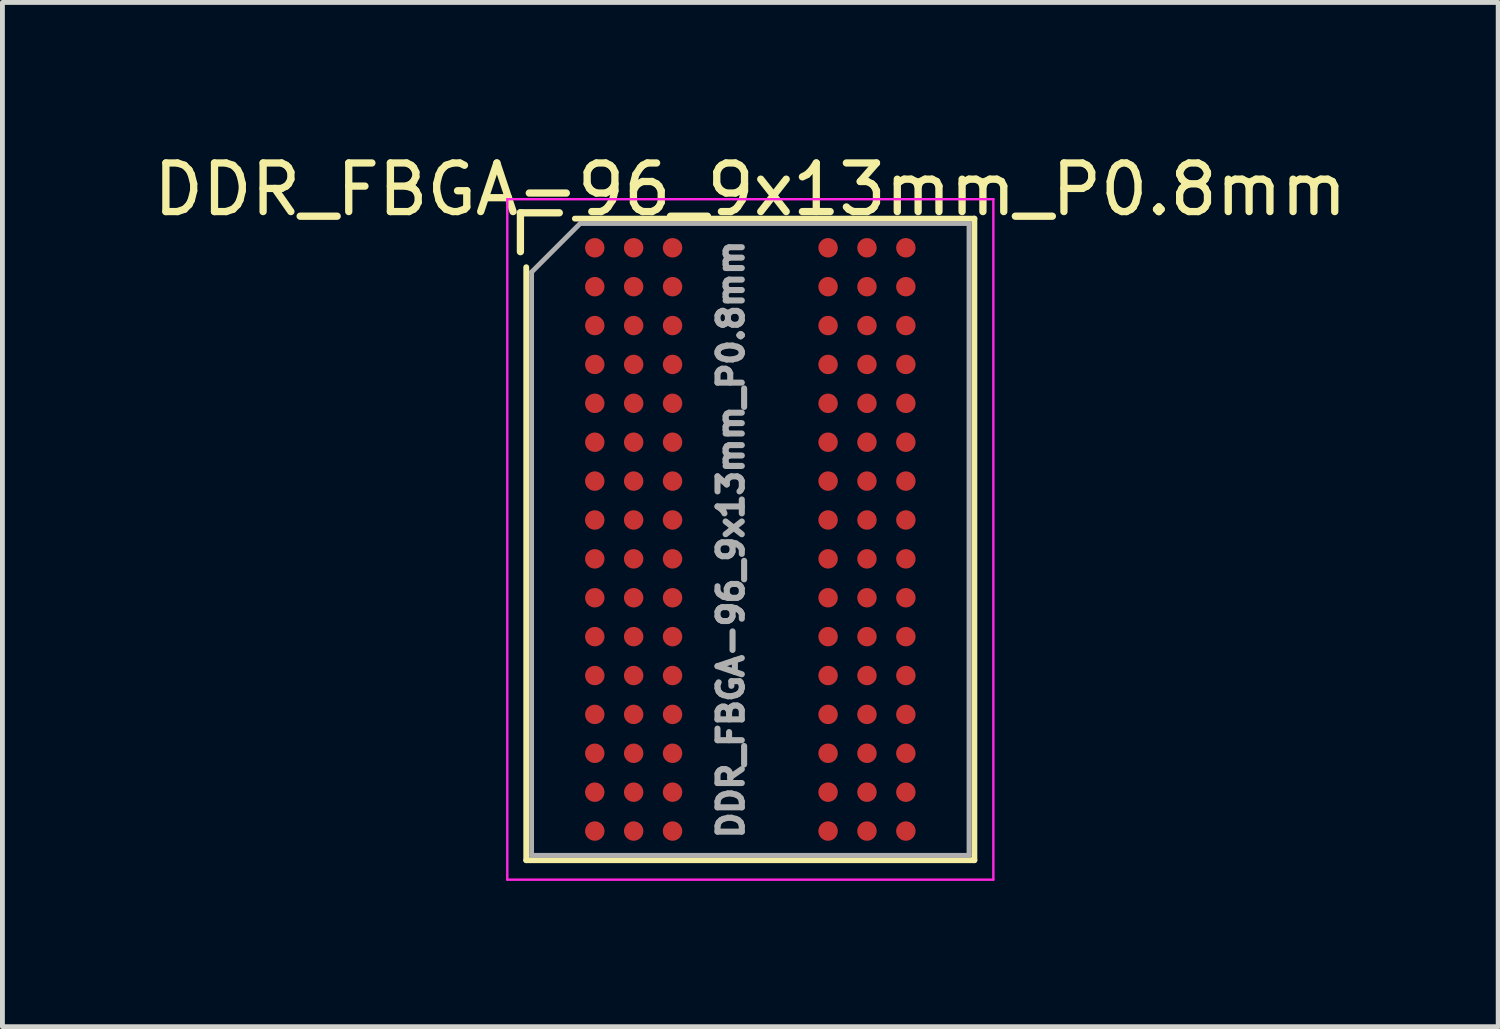
<source format=kicad_pcb>
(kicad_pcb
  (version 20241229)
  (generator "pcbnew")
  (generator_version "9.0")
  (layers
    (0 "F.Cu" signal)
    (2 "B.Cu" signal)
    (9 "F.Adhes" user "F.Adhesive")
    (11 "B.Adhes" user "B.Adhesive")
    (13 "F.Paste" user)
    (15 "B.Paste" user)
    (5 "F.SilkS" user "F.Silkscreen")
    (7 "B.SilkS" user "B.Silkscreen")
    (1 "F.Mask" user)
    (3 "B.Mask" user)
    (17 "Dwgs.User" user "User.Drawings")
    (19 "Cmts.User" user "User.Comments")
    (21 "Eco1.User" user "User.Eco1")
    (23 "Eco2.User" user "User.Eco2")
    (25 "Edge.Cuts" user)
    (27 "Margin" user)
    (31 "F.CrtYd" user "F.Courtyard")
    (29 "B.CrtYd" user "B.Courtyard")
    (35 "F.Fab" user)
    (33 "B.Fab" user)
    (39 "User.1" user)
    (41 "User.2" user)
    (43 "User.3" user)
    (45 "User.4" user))
  (footprint "DDR_FBGA-96_9x13mm_P0.8mm"
    (layer "F.Cu")
    (at 12.387 8.048)
    (property "Reference" "DDR_FBGA-96_9x13mm_P0.8mm" (at 0 -7.2 0) (layer "F.SilkS") (effects (font (size 1 1) (thickness 0.15))))
    (attr smd)
    (fp_line (start -4.73 -6.72) (end -4.73 -5.92) (stroke (width 0.15) (type solid)) (layer "F.SilkS"))
    (fp_line (start -4.61 6.6) (end -4.61 -5.6) (stroke (width 0.12) (type solid)) (layer "F.SilkS"))
    (fp_line (start -3.93 -6.72) (end -4.73 -6.72) (stroke (width 0.15) (type solid)) (layer "F.SilkS"))
    (fp_line (start -3.61 -6.6) (end 4.61 -6.6) (stroke (width 0.12) (type solid)) (layer "F.SilkS"))
    (fp_line (start 4.61 -6.6) (end 4.61 6.6) (stroke (width 0.12) (type solid)) (layer "F.SilkS"))
    (fp_line (start 4.61 6.6) (end -4.61 6.6) (stroke (width 0.12) (type solid)) (layer "F.SilkS"))
    (fp_line (start -5 -7) (end -5 7) (stroke (width 0.05) (type solid)) (layer "F.CrtYd"))
    (fp_line (start -5 7) (end 5 7) (stroke (width 0.05) (type solid)) (layer "F.CrtYd"))
    (fp_line (start 5 -7) (end -5 -7) (stroke (width 0.05) (type solid)) (layer "F.CrtYd"))
    (fp_line (start 5 7) (end 5 -7) (stroke (width 0.05) (type solid)) (layer "F.CrtYd"))
    (fp_line (start -4.5 -5.5) (end -3.5 -6.5) (stroke (width 0.1) (type solid)) (layer "F.Fab"))
    (fp_line (start -4.5 6.5) (end -4.5 -5.5) (stroke (width 0.1) (type solid)) (layer "F.Fab"))
    (fp_line (start -3.5 -6.5) (end 4.5 -6.5) (stroke (width 0.1) (type solid)) (layer "F.Fab"))
    (fp_line (start 4.5 -6.5) (end 4.5 6.5) (stroke (width 0.1) (type solid)) (layer "F.Fab"))
    (fp_line (start 4.5 6.5) (end -4.5 6.5) (stroke (width 0.1) (type solid)) (layer "F.Fab"))
    (fp_text user "${REFERENCE}" (at -0.4 0 90) (layer "F.Fab") (effects (font (size 0.5 0.5) (thickness 0.125))))
    (pad "A1" smd circle (at -3.2 -6) (size 0.4 0.4) (layers "F.Cu" "F.Mask" "F.Paste"))
    (pad "A2" smd circle (at -2.4 -6) (size 0.4 0.4) (layers "F.Cu" "F.Mask" "F.Paste"))
    (pad "A3" smd circle (at -1.6 -6) (size 0.4 0.4) (layers "F.Cu" "F.Mask" "F.Paste"))
    (pad "A7" smd circle (at 1.6 -6) (size 0.4 0.4) (layers "F.Cu" "F.Mask" "F.Paste"))
    (pad "A8" smd circle (at 2.4 -6) (size 0.4 0.4) (layers "F.Cu" "F.Mask" "F.Paste"))
    (pad "A9" smd circle (at 3.2 -6) (size 0.4 0.4) (layers "F.Cu" "F.Mask" "F.Paste"))
    (pad "B1" smd circle (at -3.2 -5.2) (size 0.4 0.4) (layers "F.Cu" "F.Mask" "F.Paste"))
    (pad "B2" smd circle (at -2.4 -5.2) (size 0.4 0.4) (layers "F.Cu" "F.Mask" "F.Paste"))
    (pad "B3" smd circle (at -1.6 -5.2) (size 0.4 0.4) (layers "F.Cu" "F.Mask" "F.Paste"))
    (pad "B7" smd circle (at 1.6 -5.2) (size 0.4 0.4) (layers "F.Cu" "F.Mask" "F.Paste"))
    (pad "B8" smd circle (at 2.4 -5.2) (size 0.4 0.4) (layers "F.Cu" "F.Mask" "F.Paste"))
    (pad "B9" smd circle (at 3.2 -5.2) (size 0.4 0.4) (layers "F.Cu" "F.Mask" "F.Paste"))
    (pad "C1" smd circle (at -3.2 -4.4) (size 0.4 0.4) (layers "F.Cu" "F.Mask" "F.Paste"))
    (pad "C2" smd circle (at -2.4 -4.4) (size 0.4 0.4) (layers "F.Cu" "F.Mask" "F.Paste"))
    (pad "C3" smd circle (at -1.6 -4.4) (size 0.4 0.4) (layers "F.Cu" "F.Mask" "F.Paste"))
    (pad "C7" smd circle (at 1.6 -4.4) (size 0.4 0.4) (layers "F.Cu" "F.Mask" "F.Paste"))
    (pad "C8" smd circle (at 2.4 -4.4) (size 0.4 0.4) (layers "F.Cu" "F.Mask" "F.Paste"))
    (pad "C9" smd circle (at 3.2 -4.4) (size 0.4 0.4) (layers "F.Cu" "F.Mask" "F.Paste"))
    (pad "D1" smd circle (at -3.2 -3.6) (size 0.4 0.4) (layers "F.Cu" "F.Mask" "F.Paste"))
    (pad "D2" smd circle (at -2.4 -3.6) (size 0.4 0.4) (layers "F.Cu" "F.Mask" "F.Paste"))
    (pad "D3" smd circle (at -1.6 -3.6) (size 0.4 0.4) (layers "F.Cu" "F.Mask" "F.Paste"))
    (pad "D7" smd circle (at 1.6 -3.6) (size 0.4 0.4) (layers "F.Cu" "F.Mask" "F.Paste"))
    (pad "D8" smd circle (at 2.4 -3.6) (size 0.4 0.4) (layers "F.Cu" "F.Mask" "F.Paste"))
    (pad "D9" smd circle (at 3.2 -3.6) (size 0.4 0.4) (layers "F.Cu" "F.Mask" "F.Paste"))
    (pad "E1" smd circle (at -3.2 -2.8) (size 0.4 0.4) (layers "F.Cu" "F.Mask" "F.Paste"))
    (pad "E2" smd circle (at -2.4 -2.8) (size 0.4 0.4) (layers "F.Cu" "F.Mask" "F.Paste"))
    (pad "E3" smd circle (at -1.6 -2.8) (size 0.4 0.4) (layers "F.Cu" "F.Mask" "F.Paste"))
    (pad "E7" smd circle (at 1.6 -2.8) (size 0.4 0.4) (layers "F.Cu" "F.Mask" "F.Paste"))
    (pad "E8" smd circle (at 2.4 -2.8) (size 0.4 0.4) (layers "F.Cu" "F.Mask" "F.Paste"))
    (pad "E9" smd circle (at 3.2 -2.8) (size 0.4 0.4) (layers "F.Cu" "F.Mask" "F.Paste"))
    (pad "F1" smd circle (at -3.2 -2) (size 0.4 0.4) (layers "F.Cu" "F.Mask" "F.Paste"))
    (pad "F2" smd circle (at -2.4 -2) (size 0.4 0.4) (layers "F.Cu" "F.Mask" "F.Paste"))
    (pad "F3" smd circle (at -1.6 -2) (size 0.4 0.4) (layers "F.Cu" "F.Mask" "F.Paste"))
    (pad "F7" smd circle (at 1.6 -2) (size 0.4 0.4) (layers "F.Cu" "F.Mask" "F.Paste"))
    (pad "F8" smd circle (at 2.4 -2) (size 0.4 0.4) (layers "F.Cu" "F.Mask" "F.Paste"))
    (pad "F9" smd circle (at 3.2 -2) (size 0.4 0.4) (layers "F.Cu" "F.Mask" "F.Paste"))
    (pad "G1" smd circle (at -3.2 -1.2) (size 0.4 0.4) (layers "F.Cu" "F.Mask" "F.Paste"))
    (pad "G2" smd circle (at -2.4 -1.2) (size 0.4 0.4) (layers "F.Cu" "F.Mask" "F.Paste"))
    (pad "G3" smd circle (at -1.6 -1.2) (size 0.4 0.4) (layers "F.Cu" "F.Mask" "F.Paste"))
    (pad "G7" smd circle (at 1.6 -1.2) (size 0.4 0.4) (layers "F.Cu" "F.Mask" "F.Paste"))
    (pad "G8" smd circle (at 2.4 -1.2) (size 0.4 0.4) (layers "F.Cu" "F.Mask" "F.Paste"))
    (pad "G9" smd circle (at 3.2 -1.2) (size 0.4 0.4) (layers "F.Cu" "F.Mask" "F.Paste"))
    (pad "H1" smd circle (at -3.2 -0.4) (size 0.4 0.4) (layers "F.Cu" "F.Mask" "F.Paste"))
    (pad "H2" smd circle (at -2.4 -0.4) (size 0.4 0.4) (layers "F.Cu" "F.Mask" "F.Paste"))
    (pad "H3" smd circle (at -1.6 -0.4) (size 0.4 0.4) (layers "F.Cu" "F.Mask" "F.Paste"))
    (pad "H7" smd circle (at 1.6 -0.4) (size 0.4 0.4) (layers "F.Cu" "F.Mask" "F.Paste"))
    (pad "H8" smd circle (at 2.4 -0.4) (size 0.4 0.4) (layers "F.Cu" "F.Mask" "F.Paste"))
    (pad "H9" smd circle (at 3.2 -0.4) (size 0.4 0.4) (layers "F.Cu" "F.Mask" "F.Paste"))
    (pad "J1" smd circle (at -3.2 0.4) (size 0.4 0.4) (layers "F.Cu" "F.Mask" "F.Paste"))
    (pad "J2" smd circle (at -2.4 0.4) (size 0.4 0.4) (layers "F.Cu" "F.Mask" "F.Paste"))
    (pad "J3" smd circle (at -1.6 0.4) (size 0.4 0.4) (layers "F.Cu" "F.Mask" "F.Paste"))
    (pad "J7" smd circle (at 1.6 0.4) (size 0.4 0.4) (layers "F.Cu" "F.Mask" "F.Paste"))
    (pad "J8" smd circle (at 2.4 0.4) (size 0.4 0.4) (layers "F.Cu" "F.Mask" "F.Paste"))
    (pad "J9" smd circle (at 3.2 0.4) (size 0.4 0.4) (layers "F.Cu" "F.Mask" "F.Paste"))
    (pad "K1" smd circle (at -3.2 1.2) (size 0.4 0.4) (layers "F.Cu" "F.Mask" "F.Paste"))
    (pad "K2" smd circle (at -2.4 1.2) (size 0.4 0.4) (layers "F.Cu" "F.Mask" "F.Paste"))
    (pad "K3" smd circle (at -1.6 1.2) (size 0.4 0.4) (layers "F.Cu" "F.Mask" "F.Paste"))
    (pad "K7" smd circle (at 1.6 1.2) (size 0.4 0.4) (layers "F.Cu" "F.Mask" "F.Paste"))
    (pad "K8" smd circle (at 2.4 1.2) (size 0.4 0.4) (layers "F.Cu" "F.Mask" "F.Paste"))
    (pad "K9" smd circle (at 3.2 1.2) (size 0.4 0.4) (layers "F.Cu" "F.Mask" "F.Paste"))
    (pad "L1" smd circle (at -3.2 2) (size 0.4 0.4) (layers "F.Cu" "F.Mask" "F.Paste"))
    (pad "L2" smd circle (at -2.4 2) (size 0.4 0.4) (layers "F.Cu" "F.Mask" "F.Paste"))
    (pad "L3" smd circle (at -1.6 2) (size 0.4 0.4) (layers "F.Cu" "F.Mask" "F.Paste"))
    (pad "L7" smd circle (at 1.6 2) (size 0.4 0.4) (layers "F.Cu" "F.Mask" "F.Paste"))
    (pad "L8" smd circle (at 2.4 2) (size 0.4 0.4) (layers "F.Cu" "F.Mask" "F.Paste"))
    (pad "L9" smd circle (at 3.2 2) (size 0.4 0.4) (layers "F.Cu" "F.Mask" "F.Paste"))
    (pad "M1" smd circle (at -3.2 2.8) (size 0.4 0.4) (layers "F.Cu" "F.Mask" "F.Paste"))
    (pad "M2" smd circle (at -2.4 2.8) (size 0.4 0.4) (layers "F.Cu" "F.Mask" "F.Paste"))
    (pad "M3" smd circle (at -1.6 2.8) (size 0.4 0.4) (layers "F.Cu" "F.Mask" "F.Paste"))
    (pad "M7" smd circle (at 1.6 2.8) (size 0.4 0.4) (layers "F.Cu" "F.Mask" "F.Paste"))
    (pad "M8" smd circle (at 2.4 2.8) (size 0.4 0.4) (layers "F.Cu" "F.Mask" "F.Paste"))
    (pad "M9" smd circle (at 3.2 2.8) (size 0.4 0.4) (layers "F.Cu" "F.Mask" "F.Paste"))
    (pad "N1" smd circle (at -3.2 3.6) (size 0.4 0.4) (layers "F.Cu" "F.Mask" "F.Paste"))
    (pad "N2" smd circle (at -2.4 3.6) (size 0.4 0.4) (layers "F.Cu" "F.Mask" "F.Paste"))
    (pad "N3" smd circle (at -1.6 3.6) (size 0.4 0.4) (layers "F.Cu" "F.Mask" "F.Paste"))
    (pad "N7" smd circle (at 1.6 3.6) (size 0.4 0.4) (layers "F.Cu" "F.Mask" "F.Paste"))
    (pad "N8" smd circle (at 2.4 3.6) (size 0.4 0.4) (layers "F.Cu" "F.Mask" "F.Paste"))
    (pad "N9" smd circle (at 3.2 3.6) (size 0.4 0.4) (layers "F.Cu" "F.Mask" "F.Paste"))
    (pad "P1" smd circle (at -3.2 4.4) (size 0.4 0.4) (layers "F.Cu" "F.Mask" "F.Paste"))
    (pad "P2" smd circle (at -2.4 4.4) (size 0.4 0.4) (layers "F.Cu" "F.Mask" "F.Paste"))
    (pad "P3" smd circle (at -1.6 4.4) (size 0.4 0.4) (layers "F.Cu" "F.Mask" "F.Paste"))
    (pad "P7" smd circle (at 1.6 4.4) (size 0.4 0.4) (layers "F.Cu" "F.Mask" "F.Paste"))
    (pad "P8" smd circle (at 2.4 4.4) (size 0.4 0.4) (layers "F.Cu" "F.Mask" "F.Paste"))
    (pad "P9" smd circle (at 3.2 4.4) (size 0.4 0.4) (layers "F.Cu" "F.Mask" "F.Paste"))
    (pad "R1" smd circle (at -3.2 5.2) (size 0.4 0.4) (layers "F.Cu" "F.Mask" "F.Paste"))
    (pad "R2" smd circle (at -2.4 5.2) (size 0.4 0.4) (layers "F.Cu" "F.Mask" "F.Paste"))
    (pad "R3" smd circle (at -1.6 5.2) (size 0.4 0.4) (layers "F.Cu" "F.Mask" "F.Paste"))
    (pad "R7" smd circle (at 1.6 5.2) (size 0.4 0.4) (layers "F.Cu" "F.Mask" "F.Paste"))
    (pad "R8" smd circle (at 2.4 5.2) (size 0.4 0.4) (layers "F.Cu" "F.Mask" "F.Paste"))
    (pad "R9" smd circle (at 3.2 5.2) (size 0.4 0.4) (layers "F.Cu" "F.Mask" "F.Paste"))
    (pad "T1" smd circle (at -3.2 6) (size 0.4 0.4) (layers "F.Cu" "F.Mask" "F.Paste"))
    (pad "T2" smd circle (at -2.4 6) (size 0.4 0.4) (layers "F.Cu" "F.Mask" "F.Paste"))
    (pad "T3" smd circle (at -1.6 6) (size 0.4 0.4) (layers "F.Cu" "F.Mask" "F.Paste"))
    (pad "T7" smd circle (at 1.6 6) (size 0.4 0.4) (layers "F.Cu" "F.Mask" "F.Paste"))
    (pad "T8" smd circle (at 2.4 6) (size 0.4 0.4) (layers "F.Cu" "F.Mask" "F.Paste"))
    (pad "T9" smd circle (at 3.2 6) (size 0.4 0.4) (layers "F.Cu" "F.Mask" "F.Paste")))
  (gr_rect
    (start -3 -3)
    (end 27.774 18.073)
    (stroke (width 0.1) (type default))
    (fill no)
    (layer "Edge.Cuts")))
</source>
